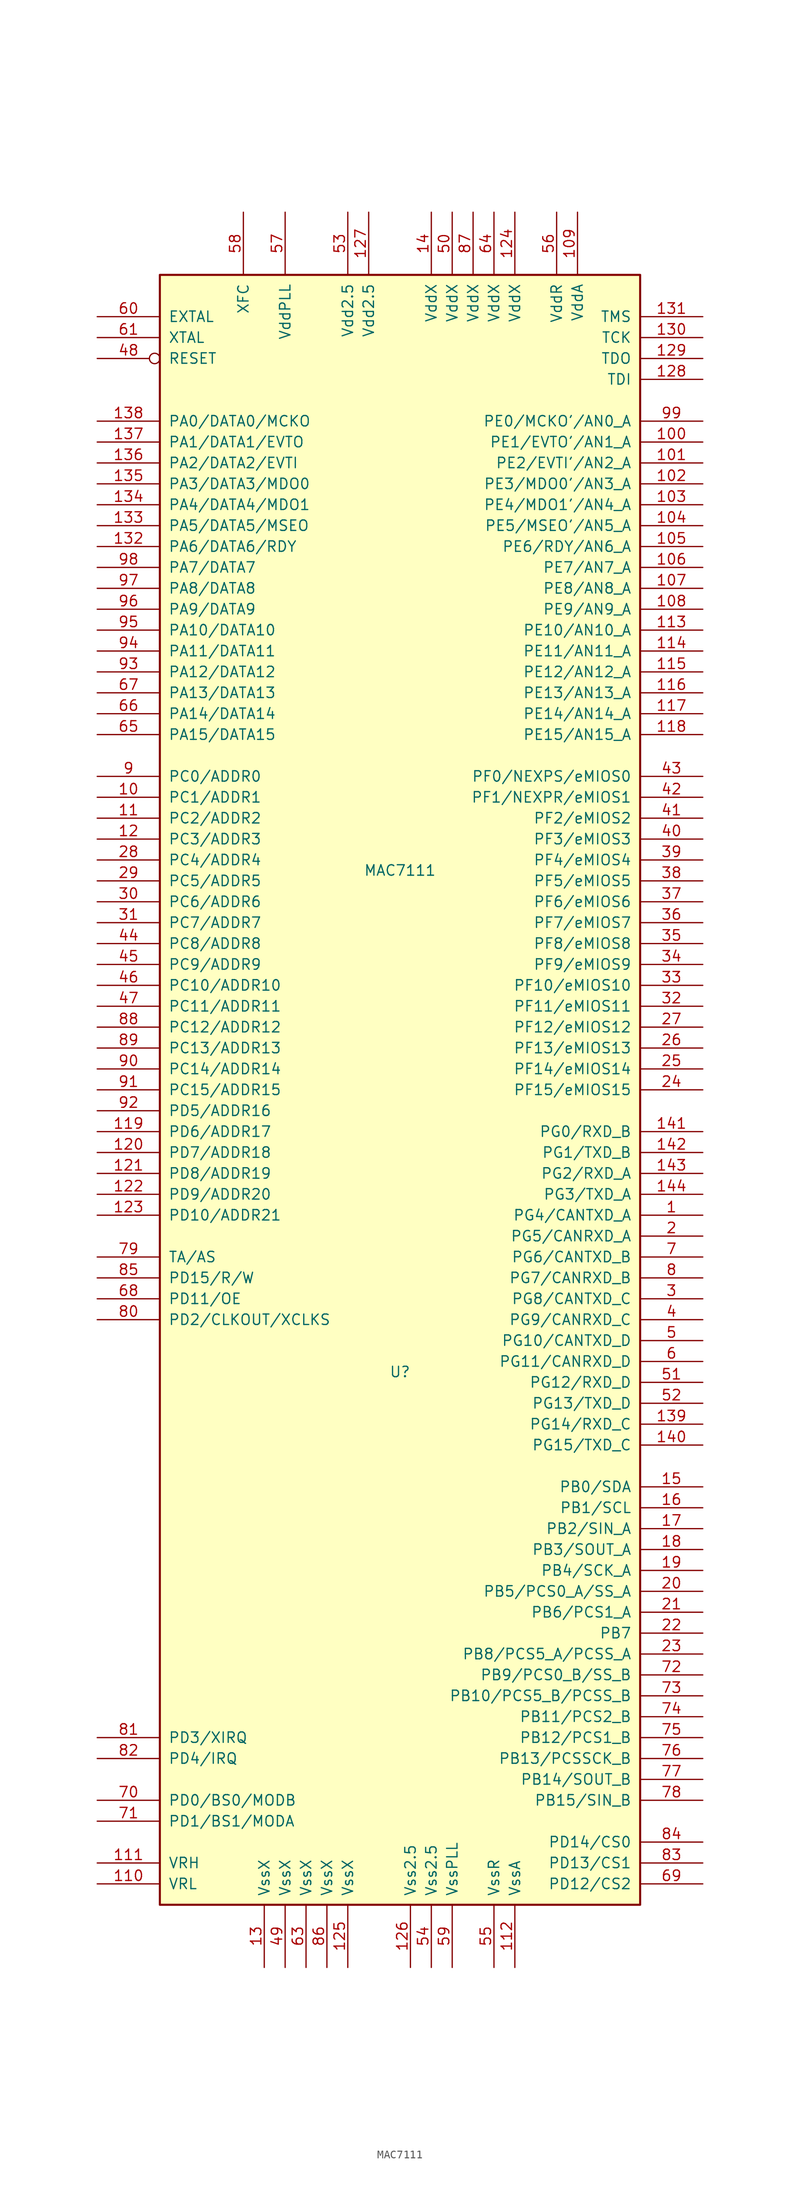
<source format=kicad_sym>
(kicad_symbol_lib
  (version 20241209)
  (generator "kicad_symbol_editor")
  (generator_version "9.0")
  (symbol "MAC7111"
    (pin_names
      (offset 1.016))
    (property "Reference" "U"
      (at -1.27 -44.45 0)
      (effects (font (size 1.27 1.27))))
    (property "Value" "MAC7111"
      (at -1.27 16.51 0)
      (effects (font (size 1.27 1.27))))
    (symbol "MAC7111_0_1"
      (rectangle (start 27.94 -109.22) (end -30.48 88.9) (stroke (width 0.254) (type default)) (fill (type background))))
    (symbol "MAC7111_1_1"
      (pin input line (at -38.1 83.82 0) (length 7.62) (name "EXTAL" (effects (font (size 1.27 1.27)))) (number "60" (effects (font (size 1.27 1.27)))))
      (pin output line (at -38.1 81.28 0) (length 7.62) (name "XTAL" (effects (font (size 1.27 1.27)))) (number "61" (effects (font (size 1.27 1.27)))))
      (pin bidirectional inverted (at -38.1 78.74 0) (length 7.62) (name "RESET" (effects (font (size 1.27 1.27)))) (number "48" (effects (font (size 1.27 1.27)))))
      (pin bidirectional line (at -38.1 71.12 0) (length 7.62) (name "PA0/DATA0/MCKO" (effects (font (size 1.27 1.27)))) (number "138" (effects (font (size 1.27 1.27)))))
      (pin bidirectional line (at -38.1 68.58 0) (length 7.62) (name "PA1/DATA1/EVTO" (effects (font (size 1.27 1.27)))) (number "137" (effects (font (size 1.27 1.27)))))
      (pin bidirectional line (at -38.1 66.04 0) (length 7.62) (name "PA2/DATA2/EVTI" (effects (font (size 1.27 1.27)))) (number "136" (effects (font (size 1.27 1.27)))))
      (pin bidirectional line (at -38.1 63.5 0) (length 7.62) (name "PA3/DATA3/MDO0" (effects (font (size 1.27 1.27)))) (number "135" (effects (font (size 1.27 1.27)))))
      (pin bidirectional line (at -38.1 60.96 0) (length 7.62) (name "PA4/DATA4/MDO1" (effects (font (size 1.27 1.27)))) (number "134" (effects (font (size 1.27 1.27)))))
      (pin bidirectional line (at -38.1 58.42 0) (length 7.62) (name "PA5/DATA5/MSEO" (effects (font (size 1.27 1.27)))) (number "133" (effects (font (size 1.27 1.27)))))
      (pin bidirectional line (at -38.1 55.88 0) (length 7.62) (name "PA6/DATA6/RDY" (effects (font (size 1.27 1.27)))) (number "132" (effects (font (size 1.27 1.27)))))
      (pin bidirectional line (at -38.1 53.34 0) (length 7.62) (name "PA7/DATA7" (effects (font (size 1.27 1.27)))) (number "98" (effects (font (size 1.27 1.27)))))
      (pin bidirectional line (at -38.1 50.8 0) (length 7.62) (name "PA8/DATA8" (effects (font (size 1.27 1.27)))) (number "97" (effects (font (size 1.27 1.27)))))
      (pin bidirectional line (at -38.1 48.26 0) (length 7.62) (name "PA9/DATA9" (effects (font (size 1.27 1.27)))) (number "96" (effects (font (size 1.27 1.27)))))
      (pin bidirectional line (at -38.1 45.72 0) (length 7.62) (name "PA10/DATA10" (effects (font (size 1.27 1.27)))) (number "95" (effects (font (size 1.27 1.27)))))
      (pin bidirectional line (at -38.1 43.18 0) (length 7.62) (name "PA11/DATA11" (effects (font (size 1.27 1.27)))) (number "94" (effects (font (size 1.27 1.27)))))
      (pin bidirectional line (at -38.1 40.64 0) (length 7.62) (name "PA12/DATA12" (effects (font (size 1.27 1.27)))) (number "93" (effects (font (size 1.27 1.27)))))
      (pin bidirectional line (at -38.1 38.1 0) (length 7.62) (name "PA13/DATA13" (effects (font (size 1.27 1.27)))) (number "67" (effects (font (size 1.27 1.27)))))
      (pin bidirectional line (at -38.1 35.56 0) (length 7.62) (name "PA14/DATA14" (effects (font (size 1.27 1.27)))) (number "66" (effects (font (size 1.27 1.27)))))
      (pin bidirectional line (at -38.1 33.02 0) (length 7.62) (name "PA15/DATA15" (effects (font (size 1.27 1.27)))) (number "65" (effects (font (size 1.27 1.27)))))
      (pin bidirectional line (at -38.1 27.94 0) (length 7.62) (name "PC0/ADDR0" (effects (font (size 1.27 1.27)))) (number "9" (effects (font (size 1.27 1.27)))))
      (pin bidirectional line (at -38.1 25.4 0) (length 7.62) (name "PC1/ADDR1" (effects (font (size 1.27 1.27)))) (number "10" (effects (font (size 1.27 1.27)))))
      (pin bidirectional line (at -38.1 22.86 0) (length 7.62) (name "PC2/ADDR2" (effects (font (size 1.27 1.27)))) (number "11" (effects (font (size 1.27 1.27)))))
      (pin bidirectional line (at -38.1 20.32 0) (length 7.62) (name "PC3/ADDR3" (effects (font (size 1.27 1.27)))) (number "12" (effects (font (size 1.27 1.27)))))
      (pin bidirectional line (at -38.1 17.78 0) (length 7.62) (name "PC4/ADDR4" (effects (font (size 1.27 1.27)))) (number "28" (effects (font (size 1.27 1.27)))))
      (pin bidirectional line (at -38.1 15.24 0) (length 7.62) (name "PC5/ADDR5" (effects (font (size 1.27 1.27)))) (number "29" (effects (font (size 1.27 1.27)))))
      (pin bidirectional line (at -38.1 12.7 0) (length 7.62) (name "PC6/ADDR6" (effects (font (size 1.27 1.27)))) (number "30" (effects (font (size 1.27 1.27)))))
      (pin bidirectional line (at -38.1 10.16 0) (length 7.62) (name "PC7/ADDR7" (effects (font (size 1.27 1.27)))) (number "31" (effects (font (size 1.27 1.27)))))
      (pin bidirectional line (at -38.1 7.62 0) (length 7.62) (name "PC8/ADDR8" (effects (font (size 1.27 1.27)))) (number "44" (effects (font (size 1.27 1.27)))))
      (pin bidirectional line (at -38.1 5.08 0) (length 7.62) (name "PC9/ADDR9" (effects (font (size 1.27 1.27)))) (number "45" (effects (font (size 1.27 1.27)))))
      (pin bidirectional line (at -38.1 2.54 0) (length 7.62) (name "PC10/ADDR10" (effects (font (size 1.27 1.27)))) (number "46" (effects (font (size 1.27 1.27)))))
      (pin bidirectional line (at -38.1 0 0) (length 7.62) (name "PC11/ADDR11" (effects (font (size 1.27 1.27)))) (number "47" (effects (font (size 1.27 1.27)))))
      (pin bidirectional line (at -38.1 -2.54 0) (length 7.62) (name "PC12/ADDR12" (effects (font (size 1.27 1.27)))) (number "88" (effects (font (size 1.27 1.27)))))
      (pin bidirectional line (at -38.1 -5.08 0) (length 7.62) (name "PC13/ADDR13" (effects (font (size 1.27 1.27)))) (number "89" (effects (font (size 1.27 1.27)))))
      (pin bidirectional line (at -38.1 -7.62 0) (length 7.62) (name "PC14/ADDR14" (effects (font (size 1.27 1.27)))) (number "90" (effects (font (size 1.27 1.27)))))
      (pin bidirectional line (at -38.1 -10.16 0) (length 7.62) (name "PC15/ADDR15" (effects (font (size 1.27 1.27)))) (number "91" (effects (font (size 1.27 1.27)))))
      (pin bidirectional line (at -38.1 -12.7 0) (length 7.62) (name "PD5/ADDR16" (effects (font (size 1.27 1.27)))) (number "92" (effects (font (size 1.27 1.27)))))
      (pin bidirectional line (at -38.1 -15.24 0) (length 7.62) (name "PD6/ADDR17" (effects (font (size 1.27 1.27)))) (number "119" (effects (font (size 1.27 1.27)))))
      (pin bidirectional line (at -38.1 -17.78 0) (length 7.62) (name "PD7/ADDR18" (effects (font (size 1.27 1.27)))) (number "120" (effects (font (size 1.27 1.27)))))
      (pin bidirectional line (at -38.1 -20.32 0) (length 7.62) (name "PD8/ADDR19" (effects (font (size 1.27 1.27)))) (number "121" (effects (font (size 1.27 1.27)))))
      (pin bidirectional line (at -38.1 -22.86 0) (length 7.62) (name "PD9/ADDR20" (effects (font (size 1.27 1.27)))) (number "122" (effects (font (size 1.27 1.27)))))
      (pin bidirectional line (at -38.1 -25.4 0) (length 7.62) (name "PD10/ADDR21" (effects (font (size 1.27 1.27)))) (number "123" (effects (font (size 1.27 1.27)))))
      (pin bidirectional line (at -38.1 -30.48 0) (length 7.62) (name "TA/AS" (effects (font (size 1.27 1.27)))) (number "79" (effects (font (size 1.27 1.27)))))
      (pin bidirectional line (at -38.1 -33.02 0) (length 7.62) (name "PD15/R/W" (effects (font (size 1.27 1.27)))) (number "85" (effects (font (size 1.27 1.27)))))
      (pin bidirectional line (at -38.1 -35.56 0) (length 7.62) (name "PD11/OE" (effects (font (size 1.27 1.27)))) (number "68" (effects (font (size 1.27 1.27)))))
      (pin bidirectional line (at -38.1 -38.1 0) (length 7.62) (name "PD2/CLKOUT/XCLKS" (effects (font (size 1.27 1.27)))) (number "80" (effects (font (size 1.27 1.27)))))
      (pin bidirectional line (at -38.1 -88.9 0) (length 7.62) (name "PD3/XIRQ" (effects (font (size 1.27 1.27)))) (number "81" (effects (font (size 1.27 1.27)))))
      (pin bidirectional line (at -38.1 -91.44 0) (length 7.62) (name "PD4/IRQ" (effects (font (size 1.27 1.27)))) (number "82" (effects (font (size 1.27 1.27)))))
      (pin bidirectional line (at -38.1 -96.52 0) (length 7.62) (name "PD0/BS0/MODB" (effects (font (size 1.27 1.27)))) (number "70" (effects (font (size 1.27 1.27)))))
      (pin bidirectional line (at -38.1 -99.06 0) (length 7.62) (name "PD1/BS1/MODA" (effects (font (size 1.27 1.27)))) (number "71" (effects (font (size 1.27 1.27)))))
      (pin passive line (at -38.1 -104.14 0) (length 7.62) (name "VRH" (effects (font (size 1.27 1.27)))) (number "111" (effects (font (size 1.27 1.27)))))
      (pin passive line (at -38.1 -106.68 0) (length 7.62) (name "VRL" (effects (font (size 1.27 1.27)))) (number "110" (effects (font (size 1.27 1.27)))))
      (pin bidirectional line (at -20.32 96.52 270) (length 7.62) (name "XFC" (effects (font (size 1.27 1.27)))) (number "58" (effects (font (size 1.27 1.27)))))
      (pin power_in line (at -17.78 -116.84 90) (length 7.62) (name "VssX" (effects (font (size 1.27 1.27)))) (number "13" (effects (font (size 1.27 1.27)))))
      (pin passive line (at -15.24 96.52 270) (length 7.62) (name "VddPLL" (effects (font (size 1.27 1.27)))) (number "57" (effects (font (size 1.27 1.27)))))
      (pin power_in line (at -15.24 -116.84 90) (length 7.62) (name "VssX" (effects (font (size 1.27 1.27)))) (number "49" (effects (font (size 1.27 1.27)))))
      (pin power_in line (at -12.7 -116.84 90) (length 7.62) (name "VssX" (effects (font (size 1.27 1.27)))) (number "63" (effects (font (size 1.27 1.27)))))
      (pin power_in line (at -10.16 -116.84 90) (length 7.62) (name "VssX" (effects (font (size 1.27 1.27)))) (number "86" (effects (font (size 1.27 1.27)))))
      (pin passive line (at -7.62 96.52 270) (length 7.62) (name "Vdd2.5" (effects (font (size 1.27 1.27)))) (number "53" (effects (font (size 1.27 1.27)))))
      (pin power_in line (at -7.62 -116.84 90) (length 7.62) (name "VssX" (effects (font (size 1.27 1.27)))) (number "125" (effects (font (size 1.27 1.27)))))
      (pin power_in line (at -5.08 96.52 270) (length 7.62) (name "Vdd2.5" (effects (font (size 1.27 1.27)))) (number "127" (effects (font (size 1.27 1.27)))))
      (pin power_in line (at 0 -116.84 90) (length 7.62) (name "Vss2.5" (effects (font (size 1.27 1.27)))) (number "126" (effects (font (size 1.27 1.27)))))
      (pin power_in line (at 2.54 96.52 270) (length 7.62) (name "VddX" (effects (font (size 1.27 1.27)))) (number "14" (effects (font (size 1.27 1.27)))))
      (pin power_in line (at 2.54 -116.84 90) (length 7.62) (name "Vss2.5" (effects (font (size 1.27 1.27)))) (number "54" (effects (font (size 1.27 1.27)))))
      (pin power_in line (at 5.08 96.52 270) (length 7.62) (name "VddX" (effects (font (size 1.27 1.27)))) (number "50" (effects (font (size 1.27 1.27)))))
      (pin passive line (at 5.08 -116.84 90) (length 7.62) (name "VssPLL" (effects (font (size 1.27 1.27)))) (number "59" (effects (font (size 1.27 1.27)))))
      (pin power_in line (at 7.62 96.52 270) (length 7.62) (name "VddX" (effects (font (size 1.27 1.27)))) (number "87" (effects (font (size 1.27 1.27)))))
      (pin power_in line (at 10.16 96.52 270) (length 7.62) (name "VddX" (effects (font (size 1.27 1.27)))) (number "64" (effects (font (size 1.27 1.27)))))
      (pin power_in line (at 10.16 -116.84 90) (length 7.62) (name "VssR" (effects (font (size 1.27 1.27)))) (number "55" (effects (font (size 1.27 1.27)))))
      (pin power_in line (at 12.7 96.52 270) (length 7.62) (name "VddX" (effects (font (size 1.27 1.27)))) (number "124" (effects (font (size 1.27 1.27)))))
      (pin power_in line (at 12.7 -116.84 90) (length 7.62) (name "VssA" (effects (font (size 1.27 1.27)))) (number "112" (effects (font (size 1.27 1.27)))))
      (pin power_in line (at 17.78 96.52 270) (length 7.62) (name "VddR" (effects (font (size 1.27 1.27)))) (number "56" (effects (font (size 1.27 1.27)))))
      (pin power_in line (at 20.32 96.52 270) (length 7.62) (name "VddA" (effects (font (size 1.27 1.27)))) (number "109" (effects (font (size 1.27 1.27)))))
      (pin input line (at 35.56 83.82 180) (length 7.62) (name "TMS" (effects (font (size 1.27 1.27)))) (number "131" (effects (font (size 1.27 1.27)))))
      (pin input line (at 35.56 81.28 180) (length 7.62) (name "TCK" (effects (font (size 1.27 1.27)))) (number "130" (effects (font (size 1.27 1.27)))))
      (pin output line (at 35.56 78.74 180) (length 7.62) (name "TDO" (effects (font (size 1.27 1.27)))) (number "129" (effects (font (size 1.27 1.27)))))
      (pin input line (at 35.56 76.2 180) (length 7.62) (name "TDI" (effects (font (size 1.27 1.27)))) (number "128" (effects (font (size 1.27 1.27)))))
      (pin bidirectional line (at 35.56 71.12 180) (length 7.62) (name "PE0/MCKO'/AN0_A" (effects (font (size 1.27 1.27)))) (number "99" (effects (font (size 1.27 1.27)))))
      (pin bidirectional line (at 35.56 68.58 180) (length 7.62) (name "PE1/EVTO'/AN1_A" (effects (font (size 1.27 1.27)))) (number "100" (effects (font (size 1.27 1.27)))))
      (pin bidirectional line (at 35.56 66.04 180) (length 7.62) (name "PE2/EVTI'/AN2_A" (effects (font (size 1.27 1.27)))) (number "101" (effects (font (size 1.27 1.27)))))
      (pin bidirectional line (at 35.56 63.5 180) (length 7.62) (name "PE3/MDO0'/AN3_A" (effects (font (size 1.27 1.27)))) (number "102" (effects (font (size 1.27 1.27)))))
      (pin bidirectional line (at 35.56 60.96 180) (length 7.62) (name "PE4/MDO1'/AN4_A" (effects (font (size 1.27 1.27)))) (number "103" (effects (font (size 1.27 1.27)))))
      (pin bidirectional line (at 35.56 58.42 180) (length 7.62) (name "PE5/MSEO'/AN5_A" (effects (font (size 1.27 1.27)))) (number "104" (effects (font (size 1.27 1.27)))))
      (pin bidirectional line (at 35.56 55.88 180) (length 7.62) (name "PE6/RDY/AN6_A" (effects (font (size 1.27 1.27)))) (number "105" (effects (font (size 1.27 1.27)))))
      (pin bidirectional line (at 35.56 53.34 180) (length 7.62) (name "PE7/AN7_A" (effects (font (size 1.27 1.27)))) (number "106" (effects (font (size 1.27 1.27)))))
      (pin bidirectional line (at 35.56 50.8 180) (length 7.62) (name "PE8/AN8_A" (effects (font (size 1.27 1.27)))) (number "107" (effects (font (size 1.27 1.27)))))
      (pin bidirectional line (at 35.56 48.26 180) (length 7.62) (name "PE9/AN9_A" (effects (font (size 1.27 1.27)))) (number "108" (effects (font (size 1.27 1.27)))))
      (pin bidirectional line (at 35.56 45.72 180) (length 7.62) (name "PE10/AN10_A" (effects (font (size 1.27 1.27)))) (number "113" (effects (font (size 1.27 1.27)))))
      (pin bidirectional line (at 35.56 43.18 180) (length 7.62) (name "PE11/AN11_A" (effects (font (size 1.27 1.27)))) (number "114" (effects (font (size 1.27 1.27)))))
      (pin bidirectional line (at 35.56 40.64 180) (length 7.62) (name "PE12/AN12_A" (effects (font (size 1.27 1.27)))) (number "115" (effects (font (size 1.27 1.27)))))
      (pin bidirectional line (at 35.56 38.1 180) (length 7.62) (name "PE13/AN13_A" (effects (font (size 1.27 1.27)))) (number "116" (effects (font (size 1.27 1.27)))))
      (pin bidirectional line (at 35.56 35.56 180) (length 7.62) (name "PE14/AN14_A" (effects (font (size 1.27 1.27)))) (number "117" (effects (font (size 1.27 1.27)))))
      (pin bidirectional line (at 35.56 33.02 180) (length 7.62) (name "PE15/AN15_A" (effects (font (size 1.27 1.27)))) (number "118" (effects (font (size 1.27 1.27)))))
      (pin bidirectional line (at 35.56 27.94 180) (length 7.62) (name "PF0/NEXPS/eMIOS0" (effects (font (size 1.27 1.27)))) (number "43" (effects (font (size 1.27 1.27)))))
      (pin bidirectional line (at 35.56 25.4 180) (length 7.62) (name "PF1/NEXPR/eMIOS1" (effects (font (size 1.27 1.27)))) (number "42" (effects (font (size 1.27 1.27)))))
      (pin bidirectional line (at 35.56 22.86 180) (length 7.62) (name "PF2/eMIOS2" (effects (font (size 1.27 1.27)))) (number "41" (effects (font (size 1.27 1.27)))))
      (pin bidirectional line (at 35.56 20.32 180) (length 7.62) (name "PF3/eMIOS3" (effects (font (size 1.27 1.27)))) (number "40" (effects (font (size 1.27 1.27)))))
      (pin bidirectional line (at 35.56 17.78 180) (length 7.62) (name "PF4/eMIOS4" (effects (font (size 1.27 1.27)))) (number "39" (effects (font (size 1.27 1.27)))))
      (pin bidirectional line (at 35.56 15.24 180) (length 7.62) (name "PF5/eMIOS5" (effects (font (size 1.27 1.27)))) (number "38" (effects (font (size 1.27 1.27)))))
      (pin bidirectional line (at 35.56 12.7 180) (length 7.62) (name "PF6/eMIOS6" (effects (font (size 1.27 1.27)))) (number "37" (effects (font (size 1.27 1.27)))))
      (pin bidirectional line (at 35.56 10.16 180) (length 7.62) (name "PF7/eMIOS7" (effects (font (size 1.27 1.27)))) (number "36" (effects (font (size 1.27 1.27)))))
      (pin bidirectional line (at 35.56 7.62 180) (length 7.62) (name "PF8/eMIOS8" (effects (font (size 1.27 1.27)))) (number "35" (effects (font (size 1.27 1.27)))))
      (pin bidirectional line (at 35.56 5.08 180) (length 7.62) (name "PF9/eMIOS9" (effects (font (size 1.27 1.27)))) (number "34" (effects (font (size 1.27 1.27)))))
      (pin bidirectional line (at 35.56 2.54 180) (length 7.62) (name "PF10/eMIOS10" (effects (font (size 1.27 1.27)))) (number "33" (effects (font (size 1.27 1.27)))))
      (pin bidirectional line (at 35.56 0 180) (length 7.62) (name "PF11/eMIOS11" (effects (font (size 1.27 1.27)))) (number "32" (effects (font (size 1.27 1.27)))))
      (pin bidirectional line (at 35.56 -2.54 180) (length 7.62) (name "PF12/eMIOS12" (effects (font (size 1.27 1.27)))) (number "27" (effects (font (size 1.27 1.27)))))
      (pin bidirectional line (at 35.56 -5.08 180) (length 7.62) (name "PF13/eMIOS13" (effects (font (size 1.27 1.27)))) (number "26" (effects (font (size 1.27 1.27)))))
      (pin bidirectional line (at 35.56 -7.62 180) (length 7.62) (name "PF14/eMIOS14" (effects (font (size 1.27 1.27)))) (number "25" (effects (font (size 1.27 1.27)))))
      (pin bidirectional line (at 35.56 -10.16 180) (length 7.62) (name "PF15/eMIOS15" (effects (font (size 1.27 1.27)))) (number "24" (effects (font (size 1.27 1.27)))))
      (pin bidirectional line (at 35.56 -15.24 180) (length 7.62) (name "PG0/RXD_B" (effects (font (size 1.27 1.27)))) (number "141" (effects (font (size 1.27 1.27)))))
      (pin bidirectional line (at 35.56 -17.78 180) (length 7.62) (name "PG1/TXD_B" (effects (font (size 1.27 1.27)))) (number "142" (effects (font (size 1.27 1.27)))))
      (pin bidirectional line (at 35.56 -20.32 180) (length 7.62) (name "PG2/RXD_A" (effects (font (size 1.27 1.27)))) (number "143" (effects (font (size 1.27 1.27)))))
      (pin bidirectional line (at 35.56 -22.86 180) (length 7.62) (name "PG3/TXD_A" (effects (font (size 1.27 1.27)))) (number "144" (effects (font (size 1.27 1.27)))))
      (pin bidirectional line (at 35.56 -25.4 180) (length 7.62) (name "PG4/CANTXD_A" (effects (font (size 1.27 1.27)))) (number "1" (effects (font (size 1.27 1.27)))))
      (pin bidirectional line (at 35.56 -27.94 180) (length 7.62) (name "PG5/CANRXD_A" (effects (font (size 1.27 1.27)))) (number "2" (effects (font (size 1.27 1.27)))))
      (pin bidirectional line (at 35.56 -30.48 180) (length 7.62) (name "PG6/CANTXD_B" (effects (font (size 1.27 1.27)))) (number "7" (effects (font (size 1.27 1.27)))))
      (pin bidirectional line (at 35.56 -33.02 180) (length 7.62) (name "PG7/CANRXD_B" (effects (font (size 1.27 1.27)))) (number "8" (effects (font (size 1.27 1.27)))))
      (pin bidirectional line (at 35.56 -35.56 180) (length 7.62) (name "PG8/CANTXD_C" (effects (font (size 1.27 1.27)))) (number "3" (effects (font (size 1.27 1.27)))))
      (pin bidirectional line (at 35.56 -38.1 180) (length 7.62) (name "PG9/CANRXD_C" (effects (font (size 1.27 1.27)))) (number "4" (effects (font (size 1.27 1.27)))))
      (pin bidirectional line (at 35.56 -40.64 180) (length 7.62) (name "PG10/CANTXD_D" (effects (font (size 1.27 1.27)))) (number "5" (effects (font (size 1.27 1.27)))))
      (pin bidirectional line (at 35.56 -43.18 180) (length 7.62) (name "PG11/CANRXD_D" (effects (font (size 1.27 1.27)))) (number "6" (effects (font (size 1.27 1.27)))))
      (pin bidirectional line (at 35.56 -45.72 180) (length 7.62) (name "PG12/RXD_D" (effects (font (size 1.27 1.27)))) (number "51" (effects (font (size 1.27 1.27)))))
      (pin bidirectional line (at 35.56 -48.26 180) (length 7.62) (name "PG13/TXD_D" (effects (font (size 1.27 1.27)))) (number "52" (effects (font (size 1.27 1.27)))))
      (pin bidirectional line (at 35.56 -50.8 180) (length 7.62) (name "PG14/RXD_C" (effects (font (size 1.27 1.27)))) (number "139" (effects (font (size 1.27 1.27)))))
      (pin bidirectional line (at 35.56 -53.34 180) (length 7.62) (name "PG15/TXD_C" (effects (font (size 1.27 1.27)))) (number "140" (effects (font (size 1.27 1.27)))))
      (pin bidirectional line (at 35.56 -58.42 180) (length 7.62) (name "PB0/SDA" (effects (font (size 1.27 1.27)))) (number "15" (effects (font (size 1.27 1.27)))))
      (pin bidirectional line (at 35.56 -60.96 180) (length 7.62) (name "PB1/SCL" (effects (font (size 1.27 1.27)))) (number "16" (effects (font (size 1.27 1.27)))))
      (pin bidirectional line (at 35.56 -63.5 180) (length 7.62) (name "PB2/SIN_A" (effects (font (size 1.27 1.27)))) (number "17" (effects (font (size 1.27 1.27)))))
      (pin bidirectional line (at 35.56 -66.04 180) (length 7.62) (name "PB3/SOUT_A" (effects (font (size 1.27 1.27)))) (number "18" (effects (font (size 1.27 1.27)))))
      (pin bidirectional line (at 35.56 -68.58 180) (length 7.62) (name "PB4/SCK_A" (effects (font (size 1.27 1.27)))) (number "19" (effects (font (size 1.27 1.27)))))
      (pin bidirectional line (at 35.56 -71.12 180) (length 7.62) (name "PB5/PCS0_A/SS_A" (effects (font (size 1.27 1.27)))) (number "20" (effects (font (size 1.27 1.27)))))
      (pin bidirectional line (at 35.56 -73.66 180) (length 7.62) (name "PB6/PCS1_A" (effects (font (size 1.27 1.27)))) (number "21" (effects (font (size 1.27 1.27)))))
      (pin bidirectional line (at 35.56 -76.2 180) (length 7.62) (name "PB7" (effects (font (size 1.27 1.27)))) (number "22" (effects (font (size 1.27 1.27)))))
      (pin bidirectional line (at 35.56 -78.74 180) (length 7.62) (name "PB8/PCS5_A/PCSS_A" (effects (font (size 1.27 1.27)))) (number "23" (effects (font (size 1.27 1.27)))))
      (pin bidirectional line (at 35.56 -81.28 180) (length 7.62) (name "PB9/PCS0_B/SS_B" (effects (font (size 1.27 1.27)))) (number "72" (effects (font (size 1.27 1.27)))))
      (pin bidirectional line (at 35.56 -83.82 180) (length 7.62) (name "PB10/PCS5_B/PCSS_B" (effects (font (size 1.27 1.27)))) (number "73" (effects (font (size 1.27 1.27)))))
      (pin bidirectional line (at 35.56 -86.36 180) (length 7.62) (name "PB11/PCS2_B" (effects (font (size 1.27 1.27)))) (number "74" (effects (font (size 1.27 1.27)))))
      (pin bidirectional line (at 35.56 -88.9 180) (length 7.62) (name "PB12/PCS1_B" (effects (font (size 1.27 1.27)))) (number "75" (effects (font (size 1.27 1.27)))))
      (pin bidirectional line (at 35.56 -91.44 180) (length 7.62) (name "PB13/PCSSCK_B" (effects (font (size 1.27 1.27)))) (number "76" (effects (font (size 1.27 1.27)))))
      (pin bidirectional line (at 35.56 -93.98 180) (length 7.62) (name "PB14/SOUT_B" (effects (font (size 1.27 1.27)))) (number "77" (effects (font (size 1.27 1.27)))))
      (pin bidirectional line (at 35.56 -96.52 180) (length 7.62) (name "PB15/SIN_B" (effects (font (size 1.27 1.27)))) (number "78" (effects (font (size 1.27 1.27)))))
      (pin bidirectional line (at 35.56 -101.6 180) (length 7.62) (name "PD14/CS0" (effects (font (size 1.27 1.27)))) (number "84" (effects (font (size 1.27 1.27)))))
      (pin bidirectional line (at 35.56 -104.14 180) (length 7.62) (name "PD13/CS1" (effects (font (size 1.27 1.27)))) (number "83" (effects (font (size 1.27 1.27)))))
      (pin bidirectional line (at 35.56 -106.68 180) (length 7.62) (name "PD12/CS2" (effects (font (size 1.27 1.27)))) (number "69" (effects (font (size 1.27 1.27))))))))
</source>
